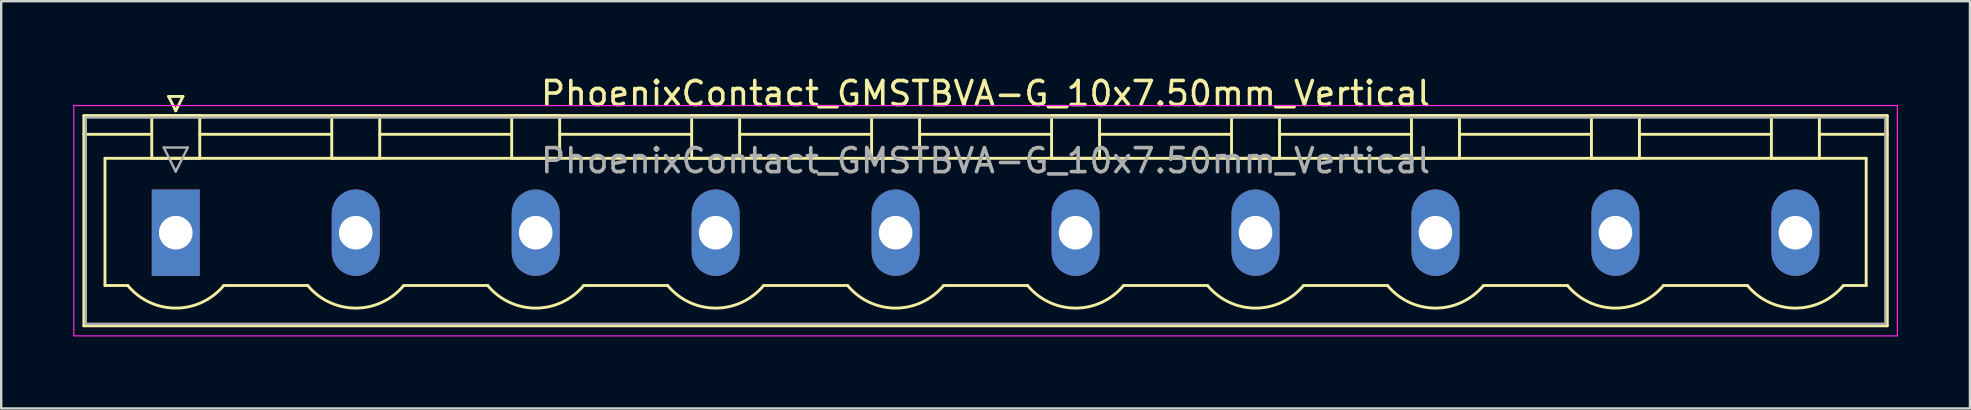
<source format=kicad_pcb>
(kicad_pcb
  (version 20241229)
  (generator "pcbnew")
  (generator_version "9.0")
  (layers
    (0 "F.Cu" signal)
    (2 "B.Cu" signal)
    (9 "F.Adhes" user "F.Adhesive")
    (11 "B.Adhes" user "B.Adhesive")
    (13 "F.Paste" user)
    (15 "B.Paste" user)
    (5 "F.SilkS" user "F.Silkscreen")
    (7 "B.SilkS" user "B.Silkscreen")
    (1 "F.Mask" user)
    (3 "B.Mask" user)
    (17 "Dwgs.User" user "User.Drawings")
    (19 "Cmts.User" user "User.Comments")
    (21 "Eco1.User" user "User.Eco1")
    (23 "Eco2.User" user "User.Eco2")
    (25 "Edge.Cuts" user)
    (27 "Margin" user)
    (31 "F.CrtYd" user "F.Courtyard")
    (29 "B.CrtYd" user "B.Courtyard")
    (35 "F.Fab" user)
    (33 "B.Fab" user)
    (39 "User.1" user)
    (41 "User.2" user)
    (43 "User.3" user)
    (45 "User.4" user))
  (footprint "PhoenixContact_GMSTBVA-G_10x7.50mm_Vertical"
    (layer "F.Cu")
    (at 4.275 6.648)
    (property "Reference" "PhoenixContact_GMSTBVA-G_10x7.50mm_Vertical" (at 33.75 -5.8 0) (layer "F.SilkS") (effects (font (size 1 1) (thickness 0.15))))
    (attr through_hole)
    (fp_line (start -3.83 -4.88) (end -3.83 3.88) (stroke (width 0.12) (type solid)) (layer "F.SilkS"))
    (fp_line (start -3.83 -4.1) (end -1.08 -4.1) (stroke (width 0.12) (type solid)) (layer "F.SilkS"))
    (fp_line (start -3.83 3.88) (end 71.33 3.88) (stroke (width 0.12) (type solid)) (layer "F.SilkS"))
    (fp_line (start -2.95 -3.1) (end 70.45 -3.1) (stroke (width 0.12) (type solid)) (layer "F.SilkS"))
    (fp_line (start -2.95 2.2) (end -2.95 -3.1) (stroke (width 0.12) (type solid)) (layer "F.SilkS"))
    (fp_line (start -2 2.2) (end -2.95 2.2) (stroke (width 0.12) (type solid)) (layer "F.SilkS"))
    (fp_line (start -1 -4.88) (end 1 -4.88) (stroke (width 0.12) (type solid)) (layer "F.SilkS"))
    (fp_line (start -1 -3.1) (end -1 -4.88) (stroke (width 0.12) (type solid)) (layer "F.SilkS"))
    (fp_line (start -0.3 -5.68) (end 0.3 -5.68) (stroke (width 0.12) (type solid)) (layer "F.SilkS"))
    (fp_line (start 0 -5.08) (end -0.3 -5.68) (stroke (width 0.12) (type solid)) (layer "F.SilkS"))
    (fp_line (start 0.3 -5.68) (end 0 -5.08) (stroke (width 0.12) (type solid)) (layer "F.SilkS"))
    (fp_line (start 1 -4.88) (end 1 -3.1) (stroke (width 0.12) (type solid)) (layer "F.SilkS"))
    (fp_line (start 1 -4.1) (end 6.5 -4.1) (stroke (width 0.12) (type solid)) (layer "F.SilkS"))
    (fp_line (start 1 -3.1) (end -1 -3.1) (stroke (width 0.12) (type solid)) (layer "F.SilkS"))
    (fp_line (start 2 2.2) (end 5.5 2.2) (stroke (width 0.12) (type solid)) (layer "F.SilkS"))
    (fp_line (start 6.5 -4.88) (end 8.5 -4.88) (stroke (width 0.12) (type solid)) (layer "F.SilkS"))
    (fp_line (start 6.5 -3.1) (end 6.5 -4.88) (stroke (width 0.12) (type solid)) (layer "F.SilkS"))
    (fp_line (start 8.5 -4.88) (end 8.5 -3.1) (stroke (width 0.12) (type solid)) (layer "F.SilkS"))
    (fp_line (start 8.5 -4.1) (end 14 -4.1) (stroke (width 0.12) (type solid)) (layer "F.SilkS"))
    (fp_line (start 8.5 -3.1) (end 6.5 -3.1) (stroke (width 0.12) (type solid)) (layer "F.SilkS"))
    (fp_line (start 9.5 2.2) (end 13 2.2) (stroke (width 0.12) (type solid)) (layer "F.SilkS"))
    (fp_line (start 14 -4.88) (end 16 -4.88) (stroke (width 0.12) (type solid)) (layer "F.SilkS"))
    (fp_line (start 14 -3.1) (end 14 -4.88) (stroke (width 0.12) (type solid)) (layer "F.SilkS"))
    (fp_line (start 16 -4.88) (end 16 -3.1) (stroke (width 0.12) (type solid)) (layer "F.SilkS"))
    (fp_line (start 16 -4.1) (end 21.5 -4.1) (stroke (width 0.12) (type solid)) (layer "F.SilkS"))
    (fp_line (start 16 -3.1) (end 14 -3.1) (stroke (width 0.12) (type solid)) (layer "F.SilkS"))
    (fp_line (start 17 2.2) (end 20.5 2.2) (stroke (width 0.12) (type solid)) (layer "F.SilkS"))
    (fp_line (start 21.5 -4.88) (end 23.5 -4.88) (stroke (width 0.12) (type solid)) (layer "F.SilkS"))
    (fp_line (start 21.5 -3.1) (end 21.5 -4.88) (stroke (width 0.12) (type solid)) (layer "F.SilkS"))
    (fp_line (start 23.5 -4.88) (end 23.5 -3.1) (stroke (width 0.12) (type solid)) (layer "F.SilkS"))
    (fp_line (start 23.5 -4.1) (end 29 -4.1) (stroke (width 0.12) (type solid)) (layer "F.SilkS"))
    (fp_line (start 23.5 -3.1) (end 21.5 -3.1) (stroke (width 0.12) (type solid)) (layer "F.SilkS"))
    (fp_line (start 24.5 2.2) (end 28 2.2) (stroke (width 0.12) (type solid)) (layer "F.SilkS"))
    (fp_line (start 29 -4.88) (end 31 -4.88) (stroke (width 0.12) (type solid)) (layer "F.SilkS"))
    (fp_line (start 29 -3.1) (end 29 -4.88) (stroke (width 0.12) (type solid)) (layer "F.SilkS"))
    (fp_line (start 31 -4.88) (end 31 -3.1) (stroke (width 0.12) (type solid)) (layer "F.SilkS"))
    (fp_line (start 31 -4.1) (end 36.5 -4.1) (stroke (width 0.12) (type solid)) (layer "F.SilkS"))
    (fp_line (start 31 -3.1) (end 29 -3.1) (stroke (width 0.12) (type solid)) (layer "F.SilkS"))
    (fp_line (start 32 2.2) (end 35.5 2.2) (stroke (width 0.12) (type solid)) (layer "F.SilkS"))
    (fp_line (start 36.5 -4.88) (end 38.5 -4.88) (stroke (width 0.12) (type solid)) (layer "F.SilkS"))
    (fp_line (start 36.5 -3.1) (end 36.5 -4.88) (stroke (width 0.12) (type solid)) (layer "F.SilkS"))
    (fp_line (start 38.5 -4.88) (end 38.5 -3.1) (stroke (width 0.12) (type solid)) (layer "F.SilkS"))
    (fp_line (start 38.5 -4.1) (end 44 -4.1) (stroke (width 0.12) (type solid)) (layer "F.SilkS"))
    (fp_line (start 38.5 -3.1) (end 36.5 -3.1) (stroke (width 0.12) (type solid)) (layer "F.SilkS"))
    (fp_line (start 39.5 2.2) (end 43 2.2) (stroke (width 0.12) (type solid)) (layer "F.SilkS"))
    (fp_line (start 44 -4.88) (end 46 -4.88) (stroke (width 0.12) (type solid)) (layer "F.SilkS"))
    (fp_line (start 44 -3.1) (end 44 -4.88) (stroke (width 0.12) (type solid)) (layer "F.SilkS"))
    (fp_line (start 46 -4.88) (end 46 -3.1) (stroke (width 0.12) (type solid)) (layer "F.SilkS"))
    (fp_line (start 46 -4.1) (end 51.5 -4.1) (stroke (width 0.12) (type solid)) (layer "F.SilkS"))
    (fp_line (start 46 -3.1) (end 44 -3.1) (stroke (width 0.12) (type solid)) (layer "F.SilkS"))
    (fp_line (start 47 2.2) (end 50.5 2.2) (stroke (width 0.12) (type solid)) (layer "F.SilkS"))
    (fp_line (start 51.5 -4.88) (end 53.5 -4.88) (stroke (width 0.12) (type solid)) (layer "F.SilkS"))
    (fp_line (start 51.5 -3.1) (end 51.5 -4.88) (stroke (width 0.12) (type solid)) (layer "F.SilkS"))
    (fp_line (start 53.5 -4.88) (end 53.5 -3.1) (stroke (width 0.12) (type solid)) (layer "F.SilkS"))
    (fp_line (start 53.5 -4.1) (end 59 -4.1) (stroke (width 0.12) (type solid)) (layer "F.SilkS"))
    (fp_line (start 53.5 -3.1) (end 51.5 -3.1) (stroke (width 0.12) (type solid)) (layer "F.SilkS"))
    (fp_line (start 54.5 2.2) (end 58 2.2) (stroke (width 0.12) (type solid)) (layer "F.SilkS"))
    (fp_line (start 59 -4.88) (end 61 -4.88) (stroke (width 0.12) (type solid)) (layer "F.SilkS"))
    (fp_line (start 59 -3.1) (end 59 -4.88) (stroke (width 0.12) (type solid)) (layer "F.SilkS"))
    (fp_line (start 61 -4.88) (end 61 -3.1) (stroke (width 0.12) (type solid)) (layer "F.SilkS"))
    (fp_line (start 61 -4.1) (end 66.5 -4.1) (stroke (width 0.12) (type solid)) (layer "F.SilkS"))
    (fp_line (start 61 -3.1) (end 59 -3.1) (stroke (width 0.12) (type solid)) (layer "F.SilkS"))
    (fp_line (start 62 2.2) (end 65.5 2.2) (stroke (width 0.12) (type solid)) (layer "F.SilkS"))
    (fp_line (start 66.5 -4.88) (end 68.5 -4.88) (stroke (width 0.12) (type solid)) (layer "F.SilkS"))
    (fp_line (start 66.5 -3.1) (end 66.5 -4.88) (stroke (width 0.12) (type solid)) (layer "F.SilkS"))
    (fp_line (start 68.5 -4.88) (end 68.5 -3.1) (stroke (width 0.12) (type solid)) (layer "F.SilkS"))
    (fp_line (start 68.5 -3.1) (end 66.5 -3.1) (stroke (width 0.12) (type solid)) (layer "F.SilkS"))
    (fp_line (start 70.45 -3.1) (end 70.45 2.2) (stroke (width 0.12) (type solid)) (layer "F.SilkS"))
    (fp_line (start 70.45 2.2) (end 69.5 2.2) (stroke (width 0.12) (type solid)) (layer "F.SilkS"))
    (fp_line (start 71.33 -4.88) (end -3.83 -4.88) (stroke (width 0.12) (type solid)) (layer "F.SilkS"))
    (fp_line (start 71.33 -4.1) (end 68.58 -4.1) (stroke (width 0.12) (type solid)) (layer "F.SilkS"))
    (fp_line (start 71.33 3.88) (end 71.33 -4.88) (stroke (width 0.12) (type solid)) (layer "F.SilkS"))
    (fp_arc (start 1.986842 2.215821) (mid -0.010289 3.142758) (end -2 2.2) (stroke (width 0.12) (type solid)) (layer "F.SilkS"))
    (fp_arc (start 9.486842 2.215821) (mid 7.489711 3.142758) (end 5.5 2.2) (stroke (width 0.12) (type solid)) (layer "F.SilkS"))
    (fp_arc (start 16.986842 2.215821) (mid 14.989711 3.142758) (end 13 2.2) (stroke (width 0.12) (type solid)) (layer "F.SilkS"))
    (fp_arc (start 24.486842 2.215821) (mid 22.489711 3.142758) (end 20.5 2.2) (stroke (width 0.12) (type solid)) (layer "F.SilkS"))
    (fp_arc (start 31.986842 2.215821) (mid 29.989711 3.142758) (end 28 2.2) (stroke (width 0.12) (type solid)) (layer "F.SilkS"))
    (fp_arc (start 39.486842 2.215821) (mid 37.489711 3.142758) (end 35.5 2.2) (stroke (width 0.12) (type solid)) (layer "F.SilkS"))
    (fp_arc (start 46.986842 2.215821) (mid 44.989711 3.142758) (end 43 2.2) (stroke (width 0.12) (type solid)) (layer "F.SilkS"))
    (fp_arc (start 54.486842 2.215821) (mid 52.489711 3.142758) (end 50.5 2.2) (stroke (width 0.12) (type solid)) (layer "F.SilkS"))
    (fp_arc (start 61.986842 2.215821) (mid 59.989711 3.142758) (end 58 2.2) (stroke (width 0.12) (type solid)) (layer "F.SilkS"))
    (fp_arc (start 69.486842 2.215821) (mid 67.489711 3.142758) (end 65.5 2.2) (stroke (width 0.12) (type solid)) (layer "F.SilkS"))
    (fp_line (start -4.25 -5.3) (end -4.25 4.3) (stroke (width 0.05) (type solid)) (layer "F.CrtYd"))
    (fp_line (start -4.25 4.3) (end 71.75 4.3) (stroke (width 0.05) (type solid)) (layer "F.CrtYd"))
    (fp_line (start 71.75 -5.3) (end -4.25 -5.3) (stroke (width 0.05) (type solid)) (layer "F.CrtYd"))
    (fp_line (start 71.75 4.3) (end 71.75 -5.3) (stroke (width 0.05) (type solid)) (layer "F.CrtYd"))
    (fp_line (start -3.75 -4.8) (end -3.75 3.8) (stroke (width 0.1) (type solid)) (layer "F.Fab"))
    (fp_line (start -3.75 3.8) (end 71.25 3.8) (stroke (width 0.1) (type solid)) (layer "F.Fab"))
    (fp_line (start -0.5 -3.55) (end 0.5 -3.55) (stroke (width 0.1) (type solid)) (layer "F.Fab"))
    (fp_line (start 0 -2.55) (end -0.5 -3.55) (stroke (width 0.1) (type solid)) (layer "F.Fab"))
    (fp_line (start 0.5 -3.55) (end 0 -2.55) (stroke (width 0.1) (type solid)) (layer "F.Fab"))
    (fp_line (start 71.25 -4.8) (end -3.75 -4.8) (stroke (width 0.1) (type solid)) (layer "F.Fab"))
    (fp_line (start 71.25 3.8) (end 71.25 -4.8) (stroke (width 0.1) (type solid)) (layer "F.Fab"))
    (fp_text user "${REFERENCE}" (at 33.75 -3 0) (layer "F.Fab") (effects (font (size 1 1) (thickness 0.15))))
    (pad "1" thru_hole rect (at 0 0) (size 2 3.6) (drill 1.4) (layers "*.Cu" "*.Mask"))
    (pad "2" thru_hole oval (at 7.5 0) (size 2 3.6) (drill 1.4) (layers "*.Cu" "*.Mask"))
    (pad "3" thru_hole oval (at 15 0) (size 2 3.6) (drill 1.4) (layers "*.Cu" "*.Mask"))
    (pad "4" thru_hole oval (at 22.5 0) (size 2 3.6) (drill 1.4) (layers "*.Cu" "*.Mask"))
    (pad "5" thru_hole oval (at 30 0) (size 2 3.6) (drill 1.4) (layers "*.Cu" "*.Mask"))
    (pad "6" thru_hole oval (at 37.5 0) (size 2 3.6) (drill 1.4) (layers "*.Cu" "*.Mask"))
    (pad "7" thru_hole oval (at 45 0) (size 2 3.6) (drill 1.4) (layers "*.Cu" "*.Mask"))
    (pad "8" thru_hole oval (at 52.5 0) (size 2 3.6) (drill 1.4) (layers "*.Cu" "*.Mask"))
    (pad "9" thru_hole oval (at 60 0) (size 2 3.6) (drill 1.4) (layers "*.Cu" "*.Mask"))
    (pad "10" thru_hole oval (at 67.5 0) (size 2 3.6) (drill 1.4) (layers "*.Cu" "*.Mask")))
  (gr_rect
    (start -3 -3)
    (end 79.05 13.973)
    (stroke (width 0.1) (type default))
    (fill no)
    (layer "Edge.Cuts")))
</source>
